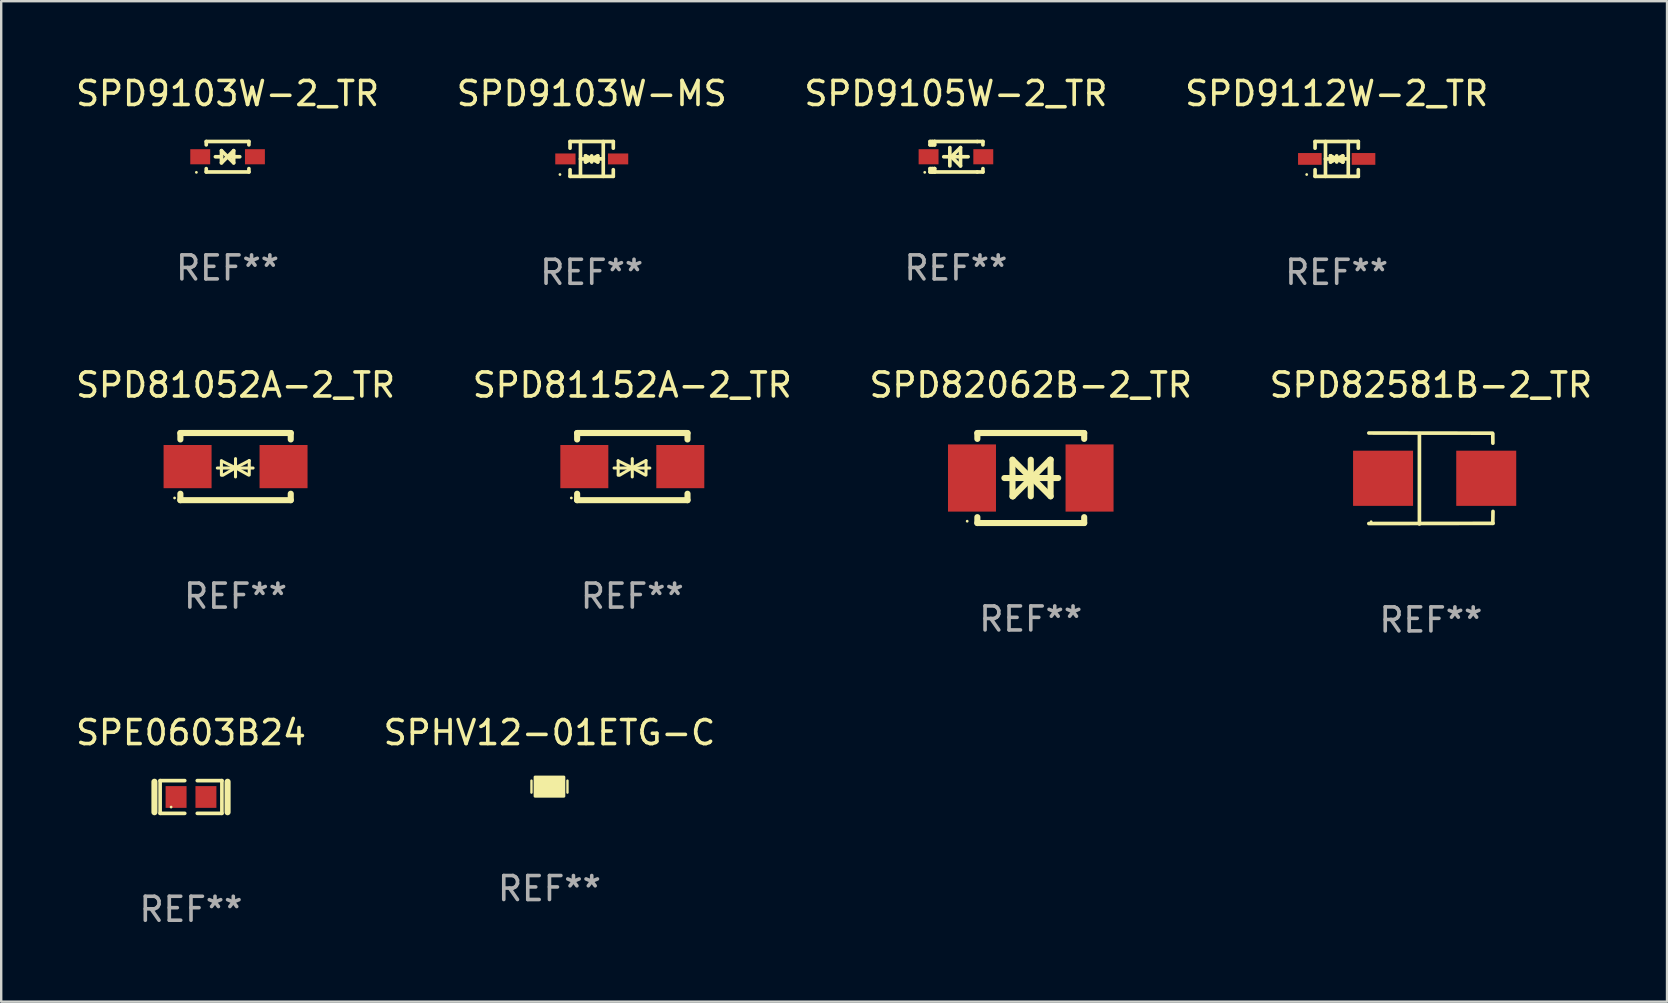
<source format=kicad_pcb>
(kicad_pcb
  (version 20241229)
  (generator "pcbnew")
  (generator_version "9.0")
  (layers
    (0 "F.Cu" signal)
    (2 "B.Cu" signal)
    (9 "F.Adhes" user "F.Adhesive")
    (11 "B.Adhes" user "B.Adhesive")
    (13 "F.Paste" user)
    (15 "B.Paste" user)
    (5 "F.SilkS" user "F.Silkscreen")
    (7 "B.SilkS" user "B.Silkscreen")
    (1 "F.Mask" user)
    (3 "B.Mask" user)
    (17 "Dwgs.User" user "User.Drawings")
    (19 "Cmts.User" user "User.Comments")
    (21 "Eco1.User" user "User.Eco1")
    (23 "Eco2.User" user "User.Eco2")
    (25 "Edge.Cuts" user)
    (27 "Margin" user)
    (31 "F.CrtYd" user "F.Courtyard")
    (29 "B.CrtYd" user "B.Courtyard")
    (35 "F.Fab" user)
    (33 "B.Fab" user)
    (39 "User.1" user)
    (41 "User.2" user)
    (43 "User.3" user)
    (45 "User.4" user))
  (footprint "SPD9103W-2_TR"
    (layer "F.Cu")
    (at 6.435 3.483)
    (property "Reference" "SPD9103W-2_TR" (at 0 -2.635 0) (layer "F.SilkS") (effects (font (size 1 1) (thickness 0.15))))
    (attr through_hole)
    (fp_line (start -0.889 -0.635) (end 0.889 -0.635) (stroke (width 0.152) (type solid)) (layer "F.SilkS"))
    (fp_line (start -0.889 -0.495) (end -0.889 -0.635) (stroke (width 0.152) (type solid)) (layer "F.SilkS"))
    (fp_line (start -0.889 0.635) (end -0.889 0.495) (stroke (width 0.152) (type solid)) (layer "F.SilkS"))
    (fp_line (start -0.889 0.635) (end 0.889 0.635) (stroke (width 0.152) (type solid)) (layer "F.SilkS"))
    (fp_line (start -0.508 -0.000051) (end -0.254 -0.000051) (stroke (width 0.152) (type solid)) (layer "F.SilkS"))
    (fp_line (start -0.254 -0.254) (end 0 -0.000051) (stroke (width 0.152) (type solid)) (layer "F.SilkS"))
    (fp_line (start -0.254 0.254) (end -0.254 -0.254) (stroke (width 0.152) (type solid)) (layer "F.SilkS"))
    (fp_line (start 0 -0.000051) (end -0.254 0.254) (stroke (width 0.152) (type solid)) (layer "F.SilkS"))
    (fp_line (start 0 -0.000051) (end 0.254 -0.254) (stroke (width 0.152) (type solid)) (layer "F.SilkS"))
    (fp_line (start 0.254 -0.254) (end 0.254 0.254) (stroke (width 0.152) (type solid)) (layer "F.SilkS"))
    (fp_line (start 0.254 0.254) (end 0 -0.000051) (stroke (width 0.152) (type solid)) (layer "F.SilkS"))
    (fp_line (start 0.508 -0.000051) (end 0.127 -0.000051) (stroke (width 0.152) (type solid)) (layer "F.SilkS"))
    (fp_line (start 0.889 -0.635) (end 0.889 -0.495) (stroke (width 0.152) (type solid)) (layer "F.SilkS"))
    (fp_line (start 0.889 0.495) (end 0.889 0.635) (stroke (width 0.152) (type solid)) (layer "F.SilkS"))
    (fp_circle (center -1.3 0.65) (end -1.27 0.65) (stroke (width 0.06) (type solid)) (fill no) (layer "F.SilkS"))
    (fp_text user "REF**" (at 0 4.635 0) (layer "F.Fab") (effects (font (size 1 1) (thickness 0.15))))
    (pad "1" smd rect (at -1.14 0.000152 90) (size 0.63 0.83) (layers "F.Cu" "F.Mask" "F.Paste"))
    (pad "2" smd rect (at 1.14 -0.000102 90) (size 0.63 0.83) (layers "F.Cu" "F.Mask" "F.Paste")))
  (footprint "SPD9112W-2_TR"
    (layer "F.Cu")
    (at 52.661 3.574)
    (property "Reference" "SPD9112W-2_TR" (at 0 -2.726 0) (layer "F.SilkS") (effects (font (size 1 1) (thickness 0.15))))
    (attr through_hole)
    (fp_line (start -0.901 -0.726) (end -0.901 -0.448) (stroke (width 0.152) (type solid)) (layer "F.SilkS"))
    (fp_line (start -0.901 0.726) (end -0.901 0.448) (stroke (width 0.152) (type solid)) (layer "F.SilkS"))
    (fp_line (start -0.467 0) (end 0.483 -0.003) (stroke (width 0.154) (type solid)) (layer "F.SilkS"))
    (fp_line (start -0.467 0.726) (end -0.467 -0.726) (stroke (width 0.152) (type solid)) (layer "F.SilkS"))
    (fp_line (start -0.254 -0.127) (end -0.254 -0.127) (stroke (width 0.154) (type solid)) (layer "F.SilkS"))
    (fp_line (start -0.254 -0.127) (end -0.002 -0.003) (stroke (width 0.154) (type solid)) (layer "F.SilkS"))
    (fp_line (start -0.254 0.127) (end -0.254 -0.127) (stroke (width 0.154) (type solid)) (layer "F.SilkS"))
    (fp_line (start -0.127 0) (end 0.003 0) (stroke (width 0.154) (type solid)) (layer "F.SilkS"))
    (fp_line (start -0.003 0) (end -0.254 0.127) (stroke (width 0.154) (type solid)) (layer "F.SilkS"))
    (fp_line (start 0 -0.127) (end 0 0.127) (stroke (width 0.154) (type solid)) (layer "F.SilkS"))
    (fp_line (start 0.003 0) (end 0.254 -0.127) (stroke (width 0.154) (type solid)) (layer "F.SilkS"))
    (fp_line (start 0.127 0) (end -0.003 0) (stroke (width 0.154) (type solid)) (layer "F.SilkS"))
    (fp_line (start 0.254 -0.127) (end 0.254 0.127) (stroke (width 0.154) (type solid)) (layer "F.SilkS"))
    (fp_line (start 0.254 0.127) (end 0.002 0.003) (stroke (width 0.154) (type solid)) (layer "F.SilkS"))
    (fp_line (start 0.254 0.127) (end 0.254 0.127) (stroke (width 0.154) (type solid)) (layer "F.SilkS"))
    (fp_line (start 0.483 0.726) (end 0.483 -0.726) (stroke (width 0.152) (type solid)) (layer "F.SilkS"))
    (fp_line (start 0.901 -0.726) (end -0.901 -0.726) (stroke (width 0.152) (type solid)) (layer "F.SilkS"))
    (fp_line (start 0.901 -0.726) (end 0.901 -0.448) (stroke (width 0.152) (type solid)) (layer "F.SilkS"))
    (fp_line (start 0.901 0.726) (end -0.901 0.726) (stroke (width 0.152) (type solid)) (layer "F.SilkS"))
    (fp_line (start 0.901 0.726) (end 0.901 0.448) (stroke (width 0.152) (type solid)) (layer "F.SilkS"))
    (fp_circle (center -1.25 0.65) (end -1.22 0.65) (stroke (width 0.06) (type solid)) (fill no) (layer "F.SilkS"))
    (fp_text user "REF**" (at 0 4.726 0) (layer "F.Fab") (effects (font (size 1 1) (thickness 0.15))))
    (pad "1" smd rect (at -1.118 0) (size 0.985 0.49) (layers "F.Cu" "F.Mask" "F.Paste"))
    (pad "2" smd rect (at 1.118 0) (size 0.985 0.49) (layers "F.Cu" "F.Mask" "F.Paste")))
  (footprint "SPHV12-01ETG-C"
    (layer "F.Cu")
    (at 19.851 29.735)
    (property "Reference" "SPHV12-01ETG-C" (at 0 -2.25 0) (layer "F.SilkS") (effects (font (size 1 1) (thickness 0.15))))
    (attr through_hole)
    (fp_line (start -0.75 0.25) (end -0.75 -0.25) (stroke (width 0.1) (type solid)) (layer "F.SilkS"))
    (fp_line (start 0.75 -0.25) (end 0.75 0.25) (stroke (width 0.1) (type solid)) (layer "F.SilkS"))
    (fp_circle (center -0.5 0.3) (end -0.47 0.3) (stroke (width 0.06) (type solid)) (fill no) (layer "F.SilkS"))
    (fp_poly (pts (xy -0.6 -0.4) (xy 0.6 -0.4) (xy 0.6 0.4) (xy -0.6 0.4)) (stroke (width 0.12) (type solid)) (fill yes) (layer "F.SilkS"))
    (fp_text user "REF**" (at 0 4.25 0) (layer "F.Fab") (effects (font (size 1 1) (thickness 0.15))))
    (pad "1" smd rect (at -0.325 -0.000013) (size 0.3 0.6) (layers "F.Cu" "F.Mask" "F.Paste"))
    (pad "2" smd rect (at 0.325 -0.000013) (size 0.3 0.6) (layers "F.Cu" "F.Mask" "F.Paste")))
  (footprint "SPD82062B-2_TR"
    (layer "F.Cu")
    (at 39.911 16.873)
    (property "Reference" "SPD82062B-2_TR" (at 0 -3.876 0) (layer "F.SilkS") (effects (font (size 1 1) (thickness 0.15))))
    (attr through_hole)
    (fp_line (start -2.226 -1.876) (end -2.226 -1.631) (stroke (width 0.254) (type solid)) (layer "F.SilkS"))
    (fp_line (start -2.226 -1.876) (end 2.226 -1.876) (stroke (width 0.254) (type solid)) (layer "F.SilkS"))
    (fp_line (start -2.226 1.631) (end -2.226 1.876) (stroke (width 0.254) (type solid)) (layer "F.SilkS"))
    (fp_line (start -2.226 1.876) (end 2.226 1.876) (stroke (width 0.254) (type solid)) (layer "F.SilkS"))
    (fp_line (start -1.1 0) (end 1.143 0) (stroke (width 0.254) (type solid)) (layer "F.SilkS"))
    (fp_line (start -0.762 -0.762) (end -0.762 0.762) (stroke (width 0.254) (type solid)) (layer "F.SilkS"))
    (fp_line (start -0.762 0.762) (end -0.741 0.762) (stroke (width 0.254) (type solid)) (layer "F.SilkS"))
    (fp_line (start -0.741 0.762) (end 0.021 0) (stroke (width 0.254) (type solid)) (layer "F.SilkS"))
    (fp_line (start 0 -0.762) (end 0 0.762) (stroke (width 0.254) (type solid)) (layer "F.SilkS"))
    (fp_line (start 0 0) (end -0.762 -0.762) (stroke (width 0.254) (type solid)) (layer "F.SilkS"))
    (fp_line (start 0.021 0) (end 0 0) (stroke (width 0.254) (type solid)) (layer "F.SilkS"))
    (fp_line (start 0.042 0) (end 0.064 0) (stroke (width 0.254) (type solid)) (layer "F.SilkS"))
    (fp_line (start 0.064 0) (end 0.826 0.762) (stroke (width 0.254) (type solid)) (layer "F.SilkS"))
    (fp_line (start 0.804 -0.762) (end 0.042 0) (stroke (width 0.254) (type solid)) (layer "F.SilkS"))
    (fp_line (start 0.826 -0.762) (end 0.804 -0.762) (stroke (width 0.254) (type solid)) (layer "F.SilkS"))
    (fp_line (start 0.826 0.762) (end 0.826 -0.762) (stroke (width 0.254) (type solid)) (layer "F.SilkS"))
    (fp_line (start 2.226 -1.876) (end 2.226 -1.631) (stroke (width 0.254) (type solid)) (layer "F.SilkS"))
    (fp_line (start 2.226 1.631) (end 2.226 1.876) (stroke (width 0.254) (type solid)) (layer "F.SilkS"))
    (fp_circle (center -2.65 1.8) (end -2.62 1.8) (stroke (width 0.06) (type solid)) (fill no) (layer "F.SilkS"))
    (fp_text user "REF**" (at 0 5.876 0) (layer "F.Fab") (effects (font (size 1 1) (thickness 0.15))))
    (pad "1" smd rect (at -2.45 0 180) (size 2 2.8) (layers "F.Cu" "F.Mask" "F.Paste"))
    (pad "2" smd rect (at 2.45 0 180) (size 2 2.8) (layers "F.Cu" "F.Mask" "F.Paste")))
  (footprint "SPD9105W-2_TR"
    (layer "F.Cu")
    (at 36.792 3.483)
    (property "Reference" "SPD9105W-2_TR" (at 0 -2.635 0) (layer "F.SilkS") (effects (font (size 1 1) (thickness 0.15))))
    (attr through_hole)
    (fp_line (start -1.08 -0.635) (end -1.08 -0.495) (stroke (width 0.152) (type solid)) (layer "F.SilkS"))
    (fp_line (start -1.08 0.495) (end -1.08 0.635) (stroke (width 0.152) (type solid)) (layer "F.SilkS"))
    (fp_line (start -1.08 0.495) (end -0.889 0.495) (stroke (width 0.152) (type solid)) (layer "F.SilkS"))
    (fp_line (start -1.08 0.635) (end -0.889 0.635) (stroke (width 0.152) (type solid)) (layer "F.SilkS"))
    (fp_line (start -1.003 0.635) (end -0.986 0.635) (stroke (width 0.152) (type solid)) (layer "F.SilkS"))
    (fp_line (start -0.986 -0.495) (end -0.986 -0.635) (stroke (width 0.152) (type solid)) (layer "F.SilkS"))
    (fp_line (start -0.986 0.635) (end -0.986 0.495) (stroke (width 0.152) (type solid)) (layer "F.SilkS"))
    (fp_line (start -0.889 -0.635) (end -1.08 -0.635) (stroke (width 0.152) (type solid)) (layer "F.SilkS"))
    (fp_line (start -0.889 -0.635) (end -0.889 -0.595) (stroke (width 0.152) (type solid)) (layer "F.SilkS"))
    (fp_line (start -0.889 -0.635) (end 0.889 -0.635) (stroke (width 0.152) (type solid)) (layer "F.SilkS"))
    (fp_line (start -0.889 -0.595) (end -0.889 -0.495) (stroke (width 0.152) (type solid)) (layer "F.SilkS"))
    (fp_line (start -0.889 -0.495) (end -1.08 -0.495) (stroke (width 0.152) (type solid)) (layer "F.SilkS"))
    (fp_line (start -0.889 0.495) (end -0.889 0.595) (stroke (width 0.152) (type solid)) (layer "F.SilkS"))
    (fp_line (start -0.889 0.495) (end -0.889 0.495) (stroke (width 0.152) (type solid)) (layer "F.SilkS"))
    (fp_line (start -0.889 0.595) (end -0.889 0.635) (stroke (width 0.152) (type solid)) (layer "F.SilkS"))
    (fp_line (start -0.889 0.635) (end 0.889 0.635) (stroke (width 0.152) (type solid)) (layer "F.SilkS"))
    (fp_line (start -0.254 -0.381) (end -0.254 0.381) (stroke (width 0.152) (type solid)) (layer "F.SilkS"))
    (fp_line (start -0.191 0) (end -0.191 0) (stroke (width 0.152) (type solid)) (layer "F.SilkS"))
    (fp_line (start -0.191 0) (end 0.191 -0.381) (stroke (width 0.152) (type solid)) (layer "F.SilkS"))
    (fp_line (start 0.191 -0.381) (end 0.191 0.381) (stroke (width 0.152) (type solid)) (layer "F.SilkS"))
    (fp_line (start 0.191 0.381) (end -0.191 0) (stroke (width 0.152) (type solid)) (layer "F.SilkS"))
    (fp_line (start 0.508 0) (end -0.508 0) (stroke (width 0.152) (type solid)) (layer "F.SilkS"))
    (fp_line (start 0.889 -0.635) (end 1.125 -0.635) (stroke (width 0.152) (type solid)) (layer "F.SilkS"))
    (fp_line (start 1.125 -0.635) (end 1.125 -0.495) (stroke (width 0.152) (type solid)) (layer "F.SilkS"))
    (fp_line (start 1.125 0.495) (end 1.125 0.635) (stroke (width 0.152) (type solid)) (layer "F.SilkS"))
    (fp_line (start 1.125 0.635) (end 0.889 0.635) (stroke (width 0.152) (type solid)) (layer "F.SilkS"))
    (fp_circle (center -1.3 0.65) (end -1.27 0.65) (stroke (width 0.06) (type solid)) (fill no) (layer "F.SilkS"))
    (fp_text user "REF**" (at 0 4.635 0) (layer "F.Fab") (effects (font (size 1 1) (thickness 0.15))))
    (pad "1" smd rect (at -1.14 0 90) (size 0.63 0.83) (layers "F.Cu" "F.Mask" "F.Paste"))
    (pad "2" smd rect (at 1.14 0 90) (size 0.63 0.83) (layers "F.Cu" "F.Mask" "F.Paste")))
  (footprint "SPE0603B24"
    (layer "F.Cu")
    (at 4.911 30.167)
    (property "Reference" "SPE0603B24" (at 0 -2.682 0) (layer "F.SilkS") (effects (font (size 1 1) (thickness 0.15))))
    (attr through_hole)
    (fp_line (start -1.524 -0.635) (end -1.524 0.635) (stroke (width 0.254) (type solid)) (layer "F.SilkS"))
    (fp_line (start -1.287 -0.682) (end -0.261 -0.682) (stroke (width 0.152) (type solid)) (layer "F.SilkS"))
    (fp_line (start -1.287 0.682) (end -1.287 -0.682) (stroke (width 0.152) (type solid)) (layer "F.SilkS"))
    (fp_line (start -0.261 0.682) (end -1.287 0.682) (stroke (width 0.152) (type solid)) (layer "F.SilkS"))
    (fp_line (start 0.261 0.682) (end 1.287 0.682) (stroke (width 0.152) (type solid)) (layer "F.SilkS"))
    (fp_line (start 1.287 -0.682) (end 0.261 -0.682) (stroke (width 0.152) (type solid)) (layer "F.SilkS"))
    (fp_line (start 1.287 0.682) (end 1.287 -0.682) (stroke (width 0.152) (type solid)) (layer "F.SilkS"))
    (fp_line (start 1.524 -0.635) (end 1.524 0.635) (stroke (width 0.254) (type solid)) (layer "F.SilkS"))
    (fp_circle (center -0.83 0.42) (end -0.8 0.42) (stroke (width 0.06) (type solid)) (fill no) (layer "F.SilkS"))
    (fp_text user "REF**" (at 0 4.682 0) (layer "F.Fab") (effects (font (size 1 1) (thickness 0.15))))
    (pad "1" smd rect (at -0.622 0) (size 0.873 0.907) (layers "F.Cu" "F.Mask" "F.Paste"))
    (pad "2" smd rect (at 0.622 0) (size 0.873 0.907) (layers "F.Cu" "F.Mask" "F.Paste")))
  (footprint "SPD82581B-2_TR"
    (layer "F.Cu")
    (at 56.589 16.893)
    (property "Reference" "SPD82581B-2_TR" (at 0 -3.896 0) (layer "F.SilkS") (effects (font (size 1 1) (thickness 0.15))))
    (attr through_hole)
    (fp_line (start -2.588 -1.896) (end 2.568 -1.889) (stroke (width 0.152) (type solid)) (layer "F.SilkS"))
    (fp_line (start -2.588 1.877) (end 2.588 1.87) (stroke (width 0.152) (type solid)) (layer "F.SilkS"))
    (fp_line (start -0.48 1.896) (end -0.48 -1.871) (stroke (width 0.152) (type solid)) (layer "F.SilkS"))
    (fp_line (start 2.579 -1.849) (end 2.582 -1.472) (stroke (width 0.152) (type solid)) (layer "F.SilkS"))
    (fp_line (start 2.579 1.867) (end 2.587 1.372) (stroke (width 0.152) (type solid)) (layer "F.SilkS"))
    (fp_circle (center -2.492 1.801) (end -2.462 1.801) (stroke (width 0.06) (type solid)) (fill no) (layer "F.SilkS"))
    (fp_text user "REF**" (at 0 5.896 0) (layer "F.Fab") (effects (font (size 1 1) (thickness 0.15))))
    (pad "1" smd rect (at -1.995 -0.009) (size 2.5 2.3) (layers "F.Cu" "F.Mask" "F.Paste"))
    (pad "2" smd rect (at 2.305 -0.009) (size 2.5 2.3) (layers "F.Cu" "F.Mask" "F.Paste")))
  (footprint "SPD81152A-2_TR"
    (layer "F.Cu")
    (at 23.304 16.397)
    (property "Reference" "SPD81152A-2_TR" (at 0 -3.4 0) (layer "F.SilkS") (effects (font (size 1 1) (thickness 0.15))))
    (attr through_hole)
    (fp_line (start -2.3 -1.4) (end -2.3 -1.131) (stroke (width 0.254) (type solid)) (layer "F.SilkS"))
    (fp_line (start -2.3 -1.4) (end 2.3 -1.4) (stroke (width 0.254) (type solid)) (layer "F.SilkS"))
    (fp_line (start -2.3 1.131) (end -2.3 1.4) (stroke (width 0.254) (type solid)) (layer "F.SilkS"))
    (fp_line (start -2.3 1.4) (end 2.3 1.4) (stroke (width 0.254) (type solid)) (layer "F.SilkS"))
    (fp_line (start -0.76 0.06) (end 0.73 0.06) (stroke (width 0.127) (type solid)) (layer "F.SilkS"))
    (fp_line (start -0.59 -0.24) (end -0.59 0.36) (stroke (width 0.127) (type solid)) (layer "F.SilkS"))
    (fp_line (start -0.59 -0.24) (end -0.002 0.049) (stroke (width 0.127) (type solid)) (layer "F.SilkS"))
    (fp_line (start -0.53 0.36) (end -0.002 0.049) (stroke (width 0.127) (type solid)) (layer "F.SilkS"))
    (fp_line (start -0.002 0.049) (end -0.002 -0.332) (stroke (width 0.127) (type solid)) (layer "F.SilkS"))
    (fp_line (start -0.002 0.049) (end -0.002 0.43) (stroke (width 0.127) (type solid)) (layer "F.SilkS"))
    (fp_line (start 0.54 0.35) (end -0.002 0.049) (stroke (width 0.127) (type solid)) (layer "F.SilkS"))
    (fp_line (start 0.57 -0.25) (end -0.002 0.049) (stroke (width 0.127) (type solid)) (layer "F.SilkS"))
    (fp_line (start 0.57 -0.25) (end 0.57 0.35) (stroke (width 0.127) (type solid)) (layer "F.SilkS"))
    (fp_line (start 2.3 -1.4) (end 2.3 -1.131) (stroke (width 0.254) (type solid)) (layer "F.SilkS"))
    (fp_line (start 2.3 1.131) (end 2.3 1.4) (stroke (width 0.254) (type solid)) (layer "F.SilkS"))
    (fp_circle (center -2.542 1.308) (end -2.512 1.308) (stroke (width 0.06) (type solid)) (fill no) (layer "F.SilkS"))
    (fp_text user "REF**" (at 0 5.4 0) (layer "F.Fab") (effects (font (size 1 1) (thickness 0.15))))
    (pad "1" smd rect (at -2 0) (size 2 1.8) (layers "F.Cu" "F.Mask" "F.Paste"))
    (pad "2" smd rect (at 2 0) (size 2 1.8) (layers "F.Cu" "F.Mask" "F.Paste")))
  (footprint "SPD81052A-2_TR"
    (layer "F.Cu")
    (at 6.768 16.397)
    (property "Reference" "SPD81052A-2_TR" (at 0 -3.4 0) (layer "F.SilkS") (effects (font (size 1 1) (thickness 0.15))))
    (attr through_hole)
    (fp_line (start -2.3 -1.4) (end -2.3 -1.131) (stroke (width 0.254) (type solid)) (layer "F.SilkS"))
    (fp_line (start -2.3 -1.4) (end 2.3 -1.4) (stroke (width 0.254) (type solid)) (layer "F.SilkS"))
    (fp_line (start -2.3 1.131) (end -2.3 1.4) (stroke (width 0.254) (type solid)) (layer "F.SilkS"))
    (fp_line (start -2.3 1.4) (end 2.3 1.4) (stroke (width 0.254) (type solid)) (layer "F.SilkS"))
    (fp_line (start -0.76 0.06) (end 0.73 0.06) (stroke (width 0.127) (type solid)) (layer "F.SilkS"))
    (fp_line (start -0.59 -0.24) (end -0.59 0.36) (stroke (width 0.127) (type solid)) (layer "F.SilkS"))
    (fp_line (start -0.59 -0.24) (end -0.002 0.049) (stroke (width 0.127) (type solid)) (layer "F.SilkS"))
    (fp_line (start -0.53 0.36) (end -0.002 0.049) (stroke (width 0.127) (type solid)) (layer "F.SilkS"))
    (fp_line (start -0.002 0.049) (end -0.002 -0.332) (stroke (width 0.127) (type solid)) (layer "F.SilkS"))
    (fp_line (start -0.002 0.049) (end -0.002 0.43) (stroke (width 0.127) (type solid)) (layer "F.SilkS"))
    (fp_line (start 0.54 0.35) (end -0.002 0.049) (stroke (width 0.127) (type solid)) (layer "F.SilkS"))
    (fp_line (start 0.57 -0.25) (end -0.002 0.049) (stroke (width 0.127) (type solid)) (layer "F.SilkS"))
    (fp_line (start 0.57 -0.25) (end 0.57 0.35) (stroke (width 0.127) (type solid)) (layer "F.SilkS"))
    (fp_line (start 2.3 -1.4) (end 2.3 -1.131) (stroke (width 0.254) (type solid)) (layer "F.SilkS"))
    (fp_line (start 2.3 1.131) (end 2.3 1.4) (stroke (width 0.254) (type solid)) (layer "F.SilkS"))
    (fp_circle (center -2.542 1.308) (end -2.512 1.308) (stroke (width 0.06) (type solid)) (fill no) (layer "F.SilkS"))
    (fp_text user "REF**" (at 0 5.4 0) (layer "F.Fab") (effects (font (size 1 1) (thickness 0.15))))
    (pad "1" smd rect (at -2 0) (size 2 1.8) (layers "F.Cu" "F.Mask" "F.Paste"))
    (pad "2" smd rect (at 2 0) (size 2 1.8) (layers "F.Cu" "F.Mask" "F.Paste")))
  (footprint "SPD9103W-MS"
    (layer "F.Cu")
    (at 21.613 3.574)
    (property "Reference" "SPD9103W-MS" (at 0 -2.726 0) (layer "F.SilkS") (effects (font (size 1 1) (thickness 0.15))))
    (attr through_hole)
    (fp_line (start -0.904 -0.726) (end -0.904 -0.448) (stroke (width 0.152) (type solid)) (layer "F.SilkS"))
    (fp_line (start -0.904 0.726) (end -0.904 0.448) (stroke (width 0.152) (type solid)) (layer "F.SilkS"))
    (fp_line (start -0.47 0) (end 0.48 -0.003) (stroke (width 0.154) (type solid)) (layer "F.SilkS"))
    (fp_line (start -0.47 0.726) (end -0.47 -0.726) (stroke (width 0.152) (type solid)) (layer "F.SilkS"))
    (fp_line (start -0.257 -0.127) (end -0.005 -0.003) (stroke (width 0.154) (type solid)) (layer "F.SilkS"))
    (fp_line (start -0.257 0.127) (end -0.257 -0.127) (stroke (width 0.154) (type solid)) (layer "F.SilkS"))
    (fp_line (start -0.13 0) (end 0 0) (stroke (width 0.154) (type solid)) (layer "F.SilkS"))
    (fp_line (start -0.006 0) (end -0.257 0.127) (stroke (width 0.154) (type solid)) (layer "F.SilkS"))
    (fp_line (start -0.003 -0.127) (end -0.003 0.127) (stroke (width 0.154) (type solid)) (layer "F.SilkS"))
    (fp_line (start 0 0) (end 0.251 -0.127) (stroke (width 0.154) (type solid)) (layer "F.SilkS"))
    (fp_line (start 0.124 0) (end -0.006 0) (stroke (width 0.154) (type solid)) (layer "F.SilkS"))
    (fp_line (start 0.251 -0.127) (end 0.251 0.127) (stroke (width 0.154) (type solid)) (layer "F.SilkS"))
    (fp_line (start 0.251 0.127) (end -0.001 0.003) (stroke (width 0.154) (type solid)) (layer "F.SilkS"))
    (fp_line (start 0.48 0.726) (end 0.48 -0.726) (stroke (width 0.152) (type solid)) (layer "F.SilkS"))
    (fp_line (start 0.898 -0.726) (end -0.904 -0.726) (stroke (width 0.152) (type solid)) (layer "F.SilkS"))
    (fp_line (start 0.898 -0.726) (end 0.898 -0.448) (stroke (width 0.152) (type solid)) (layer "F.SilkS"))
    (fp_line (start 0.898 0.726) (end -0.904 0.726) (stroke (width 0.152) (type solid)) (layer "F.SilkS"))
    (fp_line (start 0.898 0.726) (end 0.898 0.448) (stroke (width 0.152) (type solid)) (layer "F.SilkS"))
    (fp_circle (center -1.325 0.65) (end -1.295 0.65) (stroke (width 0.06) (type solid)) (fill no) (layer "F.SilkS"))
    (fp_text user "REF**" (at 0 4.726 0) (layer "F.Fab") (effects (font (size 1 1) (thickness 0.15))))
    (pad "1" smd rect (at -1.098 0 180) (size 0.845 0.455) (layers "F.Cu" "F.Mask" "F.Paste"))
    (pad "2" smd rect (at 1.098 0 180) (size 0.845 0.455) (layers "F.Cu" "F.Mask" "F.Paste")))
  (gr_rect
    (start -3 -3)
    (end 66.429 38.698)
    (stroke (width 0.1) (type default))
    (fill no)
    (layer "Edge.Cuts")))
</source>
